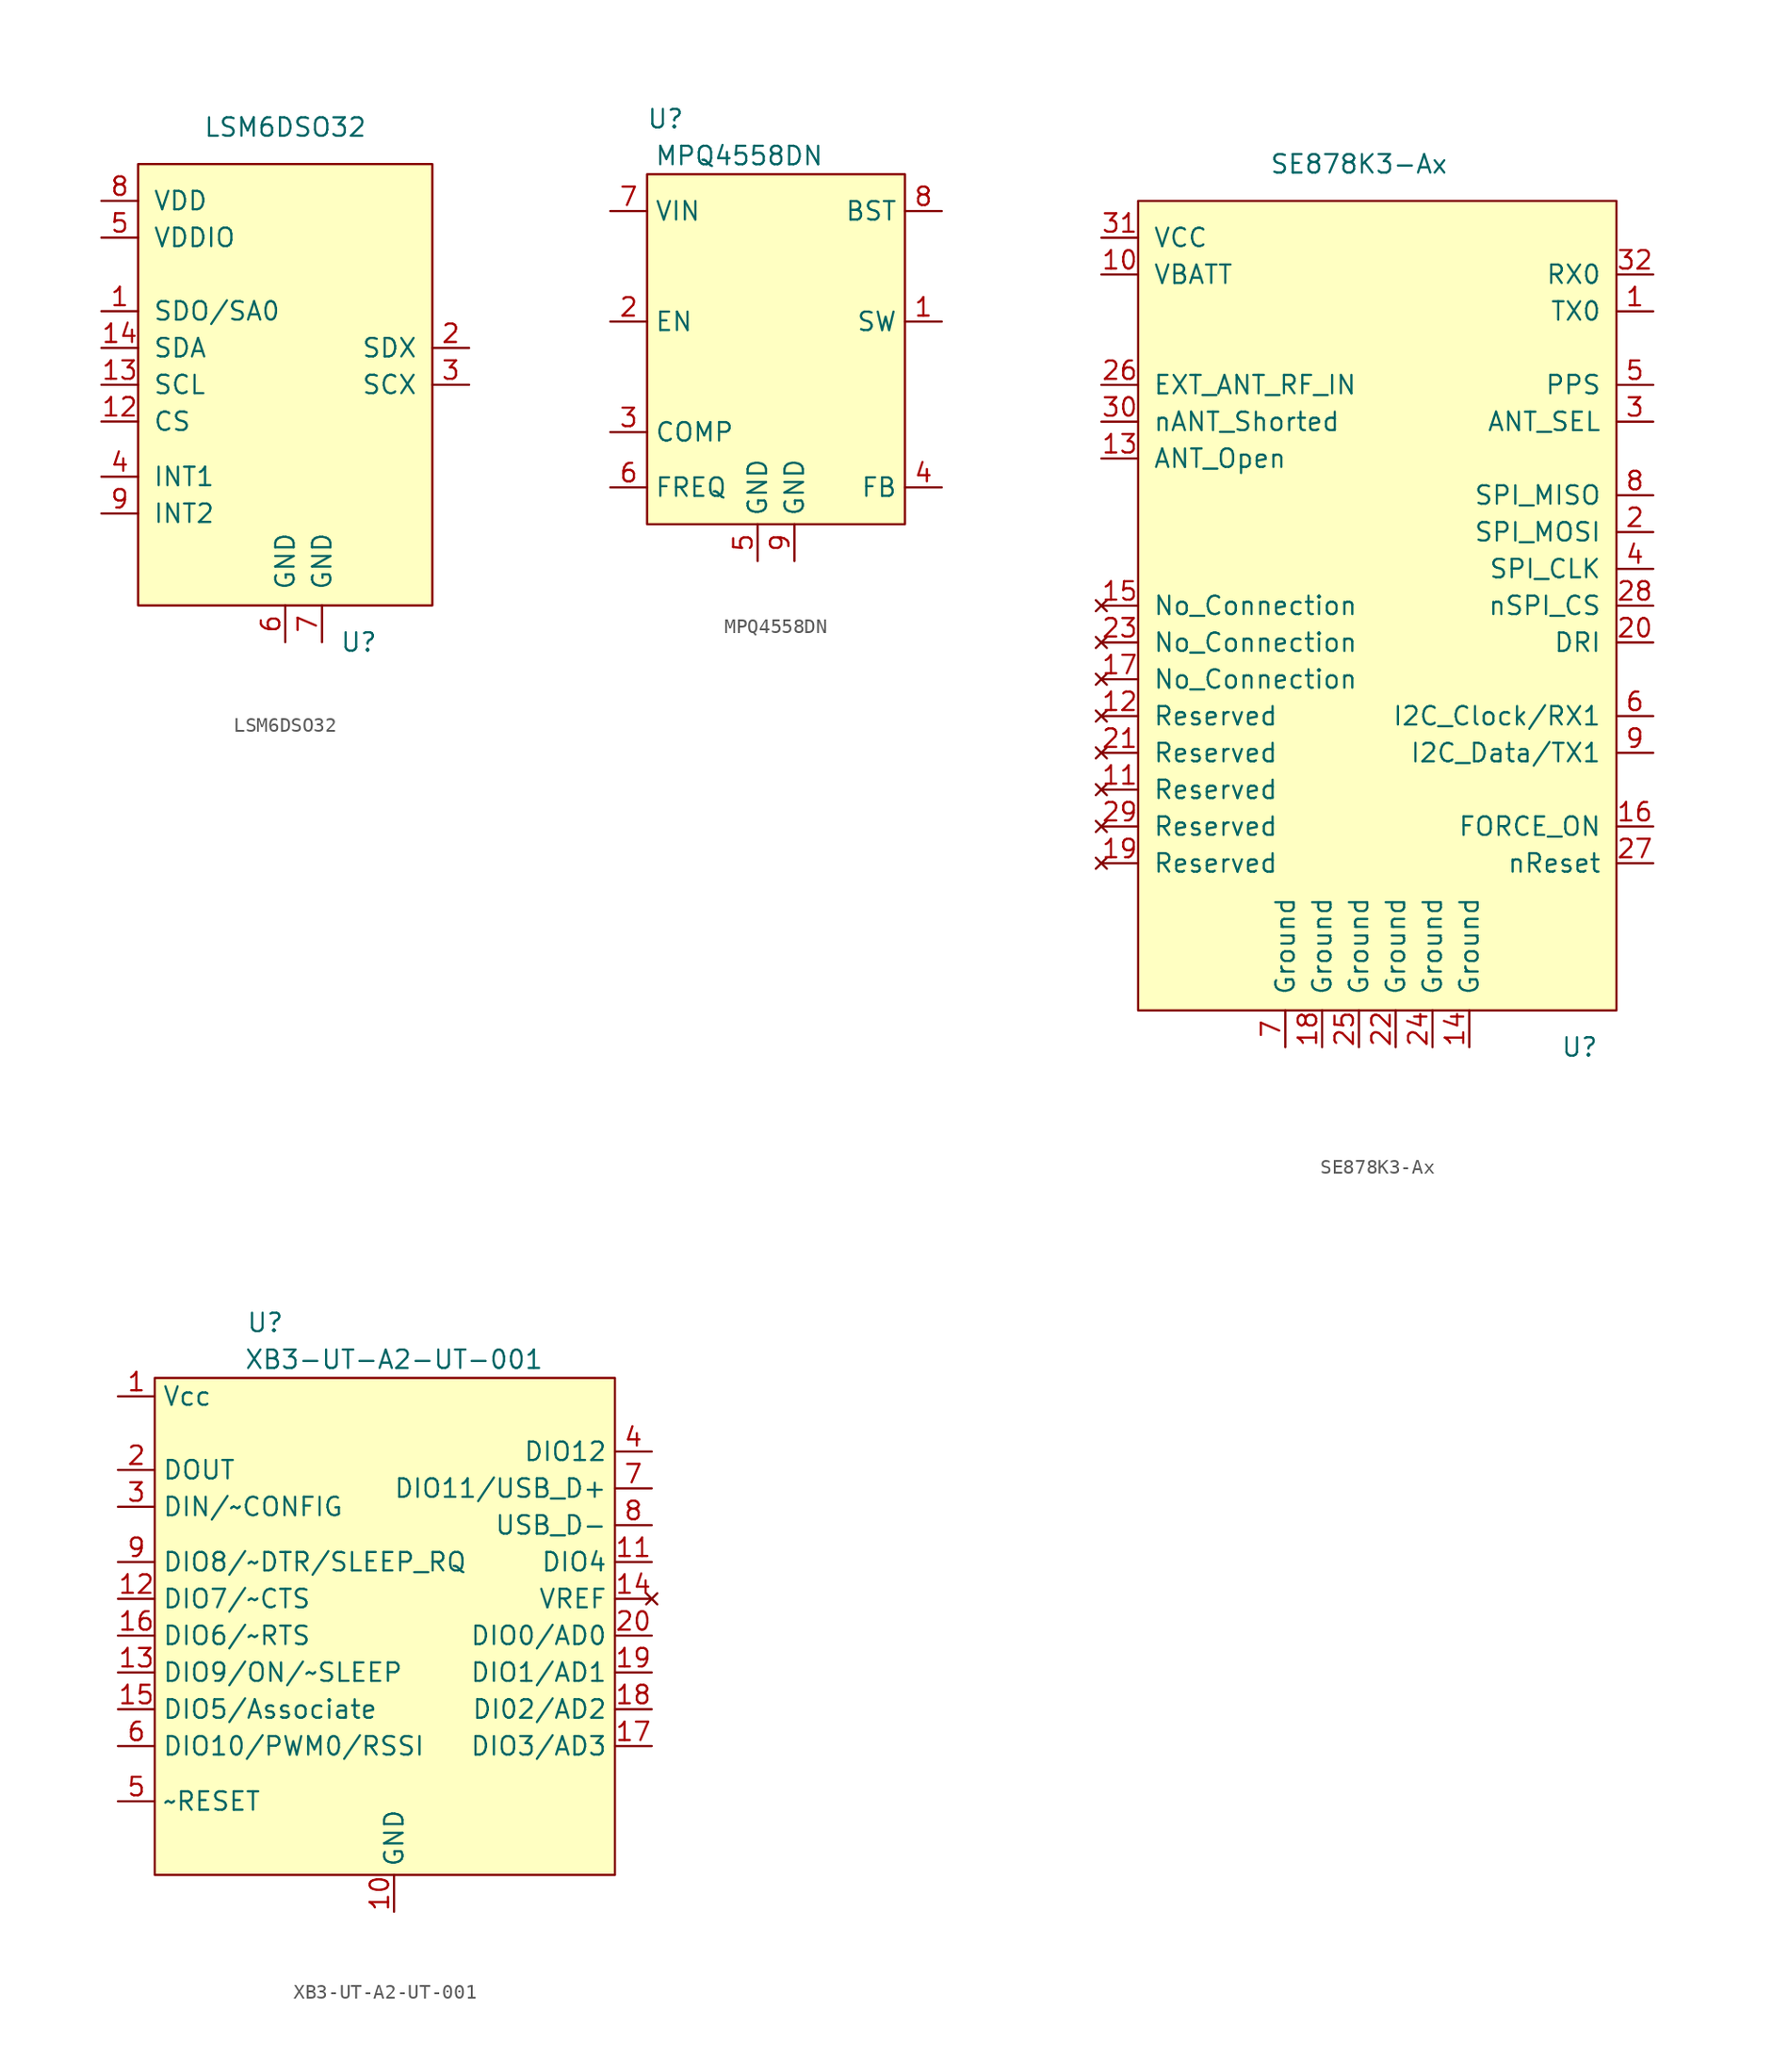
<source format=kicad_sym>
(kicad_symbol_lib
  (version 20211014)
  (generator kicad_symbol_editor)
  (symbol "LSM6DSO32"
    (pin_names
      (offset 1.016))
    (property "Reference" "U"
      (at 2.54 -15.24 0)
      (effects (font (size 1.27 1.27))))
    (property "Value" "LSM6DSO32"
      (at -2.54 20.32 0)
      (effects (font (size 1.27 1.27))))
    (symbol "LSM6DSO32_0_1"
      (rectangle (start -12.7 17.78) (end 7.62 -12.7) (stroke (width 0) (type default) (color 0 0 0 0)) (fill (type background))))
    (symbol "LSM6DSO32_1_1"
      (pin bidirectional line (at -15.24 7.62 0) (length 2.54) (name "SDO/SA0" (effects (font (size 1.27 1.27)))) (number "1" (effects (font (size 1.27 1.27)))))
      (pin no_connect line (at 10.16 -5.08 180) (length 2.54) hide (name "NC" (effects (font (size 1.27 1.27)))) (number "10" (effects (font (size 1.27 1.27)))))
      (pin no_connect line (at 10.16 -2.54 180) (length 2.54) hide (name "NC" (effects (font (size 1.27 1.27)))) (number "11" (effects (font (size 1.27 1.27)))))
      (pin input line (at -15.24 0 0) (length 2.54) (name "CS" (effects (font (size 1.27 1.27)))) (number "12" (effects (font (size 1.27 1.27)))))
      (pin input line (at -15.24 2.54 0) (length 2.54) (name "SCL" (effects (font (size 1.27 1.27)))) (number "13" (effects (font (size 1.27 1.27)))))
      (pin bidirectional line (at -15.24 5.08 0) (length 2.54) (name "SDA" (effects (font (size 1.27 1.27)))) (number "14" (effects (font (size 1.27 1.27)))))
      (pin bidirectional line (at 10.16 5.08 180) (length 2.54) (name "SDX" (effects (font (size 1.27 1.27)))) (number "2" (effects (font (size 1.27 1.27)))))
      (pin input line (at 10.16 2.54 180) (length 2.54) (name "SCX" (effects (font (size 1.27 1.27)))) (number "3" (effects (font (size 1.27 1.27)))))
      (pin output line (at -15.24 -3.81 0) (length 2.54) (name "INT1" (effects (font (size 1.27 1.27)))) (number "4" (effects (font (size 1.27 1.27)))))
      (pin power_in line (at -15.24 12.7 0) (length 2.54) (name "VDDIO" (effects (font (size 1.27 1.27)))) (number "5" (effects (font (size 1.27 1.27)))))
      (pin power_in line (at -2.54 -15.24 90) (length 2.54) (name "GND" (effects (font (size 1.27 1.27)))) (number "6" (effects (font (size 1.27 1.27)))))
      (pin power_in line (at 0 -15.24 90) (length 2.54) (name "GND" (effects (font (size 1.27 1.27)))) (number "7" (effects (font (size 1.27 1.27)))))
      (pin power_in line (at -15.24 15.24 0) (length 2.54) (name "VDD" (effects (font (size 1.27 1.27)))) (number "8" (effects (font (size 1.27 1.27)))))
      (pin output line (at -15.24 -6.35 0) (length 2.54) (name "INT2" (effects (font (size 1.27 1.27)))) (number "9" (effects (font (size 1.27 1.27)))))))
  (symbol "MPQ4558DN"
    (property "Reference" "U"
      (at 1.27 13.97 0)
      (effects (font (size 1.27 1.27))))
    (property "Value" "MPQ4558DN"
      (at 6.35 11.43 0)
      (effects (font (size 1.27 1.27))))
    (symbol "MPQ4558DN_0_0"
      (pin power_out line (at 20.32 0 180) (length 2.54) (name "SW" (effects (font (size 1.27 1.27)))) (number "1" (effects (font (size 1.27 1.27)))))
      (pin input line (at -2.54 0 0) (length 2.54) (name "EN" (effects (font (size 1.27 1.27)))) (number "2" (effects (font (size 1.27 1.27)))))
      (pin output line (at -2.54 -7.62 0) (length 2.54) (name "COMP" (effects (font (size 1.27 1.27)))) (number "3" (effects (font (size 1.27 1.27)))))
      (pin input line (at 20.32 -11.43 180) (length 2.54) (name "FB" (effects (font (size 1.27 1.27)))) (number "4" (effects (font (size 1.27 1.27)))))
      (pin power_out line (at 7.62 -16.51 90) (length 2.54) (name "GND" (effects (font (size 1.27 1.27)))) (number "5" (effects (font (size 1.27 1.27)))))
      (pin output line (at -2.54 -11.43 0) (length 2.54) (name "FREQ" (effects (font (size 1.27 1.27)))) (number "6" (effects (font (size 1.27 1.27)))))
      (pin power_in line (at -2.54 7.62 0) (length 2.54) (name "VIN" (effects (font (size 1.27 1.27)))) (number "7" (effects (font (size 1.27 1.27)))))
      (pin output line (at 20.32 7.62 180) (length 2.54) (name "BST" (effects (font (size 1.27 1.27)))) (number "8" (effects (font (size 1.27 1.27)))))
      (pin power_out line (at 10.16 -16.51 90) (length 2.54) (name "GND" (effects (font (size 1.27 1.27)))) (number "9" (effects (font (size 1.27 1.27))))))
    (symbol "MPQ4558DN_0_1"
      (rectangle (start 0 10.16) (end 17.78 -13.97) (stroke (width 0) (type default) (color 0 0 0 0)) (fill (type background)))))
  (symbol "SE878K3-Ax"
    (pin_names
      (offset 1.016))
    (property "Reference" "U"
      (at 15.24 -15.24 0)
      (effects (font (size 1.27 1.27))))
    (property "Value" "SE878K3-Ax"
      (at 0 45.72 0)
      (effects (font (size 1.27 1.27))))
    (symbol "SE878K3-Ax_0_0"
      (pin output line (at 20.32 35.56 180) (length 2.54) (name "TX0" (effects (font (size 1.27 1.27)))) (number "1" (effects (font (size 1.27 1.27)))))
      (pin power_in line (at -17.78 38.1 0) (length 2.54) (name "VBATT" (effects (font (size 1.27 1.27)))) (number "10" (effects (font (size 1.27 1.27)))))
      (pin no_connect line (at -17.78 2.54 0) (length 2.54) (name "Reserved" (effects (font (size 1.27 1.27)))) (number "11" (effects (font (size 1.27 1.27)))))
      (pin no_connect line (at -17.78 7.62 0) (length 2.54) (name "Reserved" (effects (font (size 1.27 1.27)))) (number "12" (effects (font (size 1.27 1.27)))))
      (pin input line (at -17.78 25.4 0) (length 2.54) (name "ANT_Open" (effects (font (size 1.27 1.27)))) (number "13" (effects (font (size 1.27 1.27)))))
      (pin power_in line (at 7.62 -15.24 90) (length 2.54) (name "Ground" (effects (font (size 1.27 1.27)))) (number "14" (effects (font (size 1.27 1.27)))))
      (pin no_connect line (at -17.78 15.24 0) (length 2.54) (name "No_Connection" (effects (font (size 1.27 1.27)))) (number "15" (effects (font (size 1.27 1.27)))))
      (pin input line (at 20.32 0 180) (length 2.54) (name "FORCE_ON" (effects (font (size 1.27 1.27)))) (number "16" (effects (font (size 1.27 1.27)))))
      (pin no_connect line (at -17.78 10.16 0) (length 2.54) (name "No_Connection" (effects (font (size 1.27 1.27)))) (number "17" (effects (font (size 1.27 1.27)))))
      (pin power_in line (at -2.54 -15.24 90) (length 2.54) (name "Ground" (effects (font (size 1.27 1.27)))) (number "18" (effects (font (size 1.27 1.27)))))
      (pin no_connect line (at -17.78 -2.54 0) (length 2.54) (name "Reserved" (effects (font (size 1.27 1.27)))) (number "19" (effects (font (size 1.27 1.27)))))
      (pin input line (at 20.32 20.32 180) (length 2.54) (name "SPI_MOSI" (effects (font (size 1.27 1.27)))) (number "2" (effects (font (size 1.27 1.27)))))
      (pin output line (at 20.32 12.7 180) (length 2.54) (name "DRI" (effects (font (size 1.27 1.27)))) (number "20" (effects (font (size 1.27 1.27)))))
      (pin no_connect line (at -17.78 5.08 0) (length 2.54) (name "Reserved" (effects (font (size 1.27 1.27)))) (number "21" (effects (font (size 1.27 1.27)))))
      (pin power_in line (at 2.54 -15.24 90) (length 2.54) (name "Ground" (effects (font (size 1.27 1.27)))) (number "22" (effects (font (size 1.27 1.27)))))
      (pin no_connect line (at -17.78 12.7 0) (length 2.54) (name "No_Connection" (effects (font (size 1.27 1.27)))) (number "23" (effects (font (size 1.27 1.27)))))
      (pin power_in line (at 5.08 -15.24 90) (length 2.54) (name "Ground" (effects (font (size 1.27 1.27)))) (number "24" (effects (font (size 1.27 1.27)))))
      (pin power_in line (at 0 -15.24 90) (length 2.54) (name "Ground" (effects (font (size 1.27 1.27)))) (number "25" (effects (font (size 1.27 1.27)))))
      (pin input line (at -17.78 30.48 0) (length 2.54) (name "EXT_ANT_RF_IN" (effects (font (size 1.27 1.27)))) (number "26" (effects (font (size 1.27 1.27)))))
      (pin input line (at 20.32 -2.54 180) (length 2.54) (name "nReset" (effects (font (size 1.27 1.27)))) (number "27" (effects (font (size 1.27 1.27)))))
      (pin input line (at 20.32 15.24 180) (length 2.54) (name "nSPI_CS" (effects (font (size 1.27 1.27)))) (number "28" (effects (font (size 1.27 1.27)))))
      (pin no_connect line (at -17.78 0 0) (length 2.54) (name "Reserved" (effects (font (size 1.27 1.27)))) (number "29" (effects (font (size 1.27 1.27)))))
      (pin input line (at 20.32 27.94 180) (length 2.54) (name "ANT_SEL" (effects (font (size 1.27 1.27)))) (number "3" (effects (font (size 1.27 1.27)))))
      (pin input line (at -17.78 27.94 0) (length 2.54) (name "nANT_Shorted" (effects (font (size 1.27 1.27)))) (number "30" (effects (font (size 1.27 1.27)))))
      (pin power_in line (at -17.78 40.64 0) (length 2.54) (name "VCC" (effects (font (size 1.27 1.27)))) (number "31" (effects (font (size 1.27 1.27)))))
      (pin input line (at 20.32 38.1 180) (length 2.54) (name "RX0" (effects (font (size 1.27 1.27)))) (number "32" (effects (font (size 1.27 1.27)))))
      (pin bidirectional line (at 20.32 17.78 180) (length 2.54) (name "SPI_CLK" (effects (font (size 1.27 1.27)))) (number "4" (effects (font (size 1.27 1.27)))))
      (pin output line (at 20.32 30.48 180) (length 2.54) (name "PPS" (effects (font (size 1.27 1.27)))) (number "5" (effects (font (size 1.27 1.27)))))
      (pin output line (at 20.32 7.62 180) (length 2.54) (name "I2C_Clock/RX1" (effects (font (size 1.27 1.27)))) (number "6" (effects (font (size 1.27 1.27)))))
      (pin power_in line (at -5.08 -15.24 90) (length 2.54) (name "Ground" (effects (font (size 1.27 1.27)))) (number "7" (effects (font (size 1.27 1.27)))))
      (pin output line (at 20.32 22.86 180) (length 2.54) (name "SPI_MISO" (effects (font (size 1.27 1.27)))) (number "8" (effects (font (size 1.27 1.27)))))
      (pin bidirectional line (at 20.32 5.08 180) (length 2.54) (name "I2C_Data/TX1" (effects (font (size 1.27 1.27)))) (number "9" (effects (font (size 1.27 1.27))))))
    (symbol "SE878K3-Ax_0_1"
      (rectangle (start -15.24 43.18) (end 17.78 -12.7) (stroke (width 0) (type default) (color 0 0 0 0)) (fill (type background)))))
  (symbol "XB3-UT-A2-UT-001"
    (property "Reference" "U"
      (at -6.35 20.32 0)
      (effects (font (size 1.27 1.27))))
    (property "Value" "XB3-UT-A2-UT-001"
      (at 2.54 17.78 0)
      (effects (font (size 1.27 1.27))))
    (symbol "XB3-UT-A2-UT-001_0_0"
      (pin power_in line (at -16.51 15.24 0) (length 2.54) (name "Vcc" (effects (font (size 1.27 1.27)))) (number "1" (effects (font (size 1.27 1.27)))))
      (pin power_in line (at 2.54 -20.32 90) (length 2.54) (name "GND" (effects (font (size 1.27 1.27)))) (number "10" (effects (font (size 1.27 1.27)))))
      (pin bidirectional line (at 20.32 3.81 180) (length 2.54) (name "DIO4" (effects (font (size 1.27 1.27)))) (number "11" (effects (font (size 1.27 1.27)))))
      (pin bidirectional line (at -16.51 1.27 0) (length 2.54) (name "DIO7/~CTS" (effects (font (size 1.27 1.27)))) (number "12" (effects (font (size 1.27 1.27)))))
      (pin bidirectional line (at -16.51 -3.81 0) (length 2.54) (name "DIO9/ON/~SLEEP" (effects (font (size 1.27 1.27)))) (number "13" (effects (font (size 1.27 1.27)))))
      (pin no_connect line (at 20.32 1.27 180) (length 2.54) (name "VREF" (effects (font (size 1.27 1.27)))) (number "14" (effects (font (size 1.27 1.27)))))
      (pin bidirectional line (at -16.51 -6.35 0) (length 2.54) (name "DIO5/Associate" (effects (font (size 1.27 1.27)))) (number "15" (effects (font (size 1.27 1.27)))))
      (pin bidirectional line (at -16.51 -1.27 0) (length 2.54) (name "DIO6/~RTS" (effects (font (size 1.27 1.27)))) (number "16" (effects (font (size 1.27 1.27)))))
      (pin bidirectional line (at 20.32 -8.89 180) (length 2.54) (name "DIO3/AD3" (effects (font (size 1.27 1.27)))) (number "17" (effects (font (size 1.27 1.27)))))
      (pin bidirectional line (at 20.32 -6.35 180) (length 2.54) (name "DI02/AD2" (effects (font (size 1.27 1.27)))) (number "18" (effects (font (size 1.27 1.27)))))
      (pin bidirectional line (at 20.32 -3.81 180) (length 2.54) (name "DIO1/AD1" (effects (font (size 1.27 1.27)))) (number "19" (effects (font (size 1.27 1.27)))))
      (pin output line (at -16.51 10.16 0) (length 2.54) (name "DOUT" (effects (font (size 1.27 1.27)))) (number "2" (effects (font (size 1.27 1.27)))))
      (pin bidirectional line (at 20.32 -1.27 180) (length 2.54) (name "DIO0/AD0" (effects (font (size 1.27 1.27)))) (number "20" (effects (font (size 1.27 1.27)))))
      (pin input line (at -16.51 7.62 0) (length 2.54) (name "DIN/~CONFIG" (effects (font (size 1.27 1.27)))) (number "3" (effects (font (size 1.27 1.27)))))
      (pin bidirectional line (at 20.32 11.43 180) (length 2.54) (name "DIO12" (effects (font (size 1.27 1.27)))) (number "4" (effects (font (size 1.27 1.27)))))
      (pin input line (at -16.51 -12.7 0) (length 2.54) (name "~RESET" (effects (font (size 1.27 1.27)))) (number "5" (effects (font (size 1.27 1.27)))))
      (pin bidirectional line (at -16.51 -8.89 0) (length 2.54) (name "DIO10/PWM0/RSSI" (effects (font (size 1.27 1.27)))) (number "6" (effects (font (size 1.27 1.27)))))
      (pin bidirectional line (at 20.32 8.89 180) (length 2.54) (name "DIO11/USB_D+" (effects (font (size 1.27 1.27)))) (number "7" (effects (font (size 1.27 1.27)))))
      (pin bidirectional line (at 20.32 6.35 180) (length 2.54) (name "USB_D-" (effects (font (size 1.27 1.27)))) (number "8" (effects (font (size 1.27 1.27)))))
      (pin bidirectional line (at -16.51 3.81 0) (length 2.54) (name "DIO8/~DTR/SLEEP_RQ" (effects (font (size 1.27 1.27)))) (number "9" (effects (font (size 1.27 1.27))))))
    (symbol "XB3-UT-A2-UT-001_0_1"
      (rectangle (start -13.97 16.51) (end 17.78 -17.78) (stroke (width 0) (type default) (color 0 0 0 0)) (fill (type background))))))
</source>
